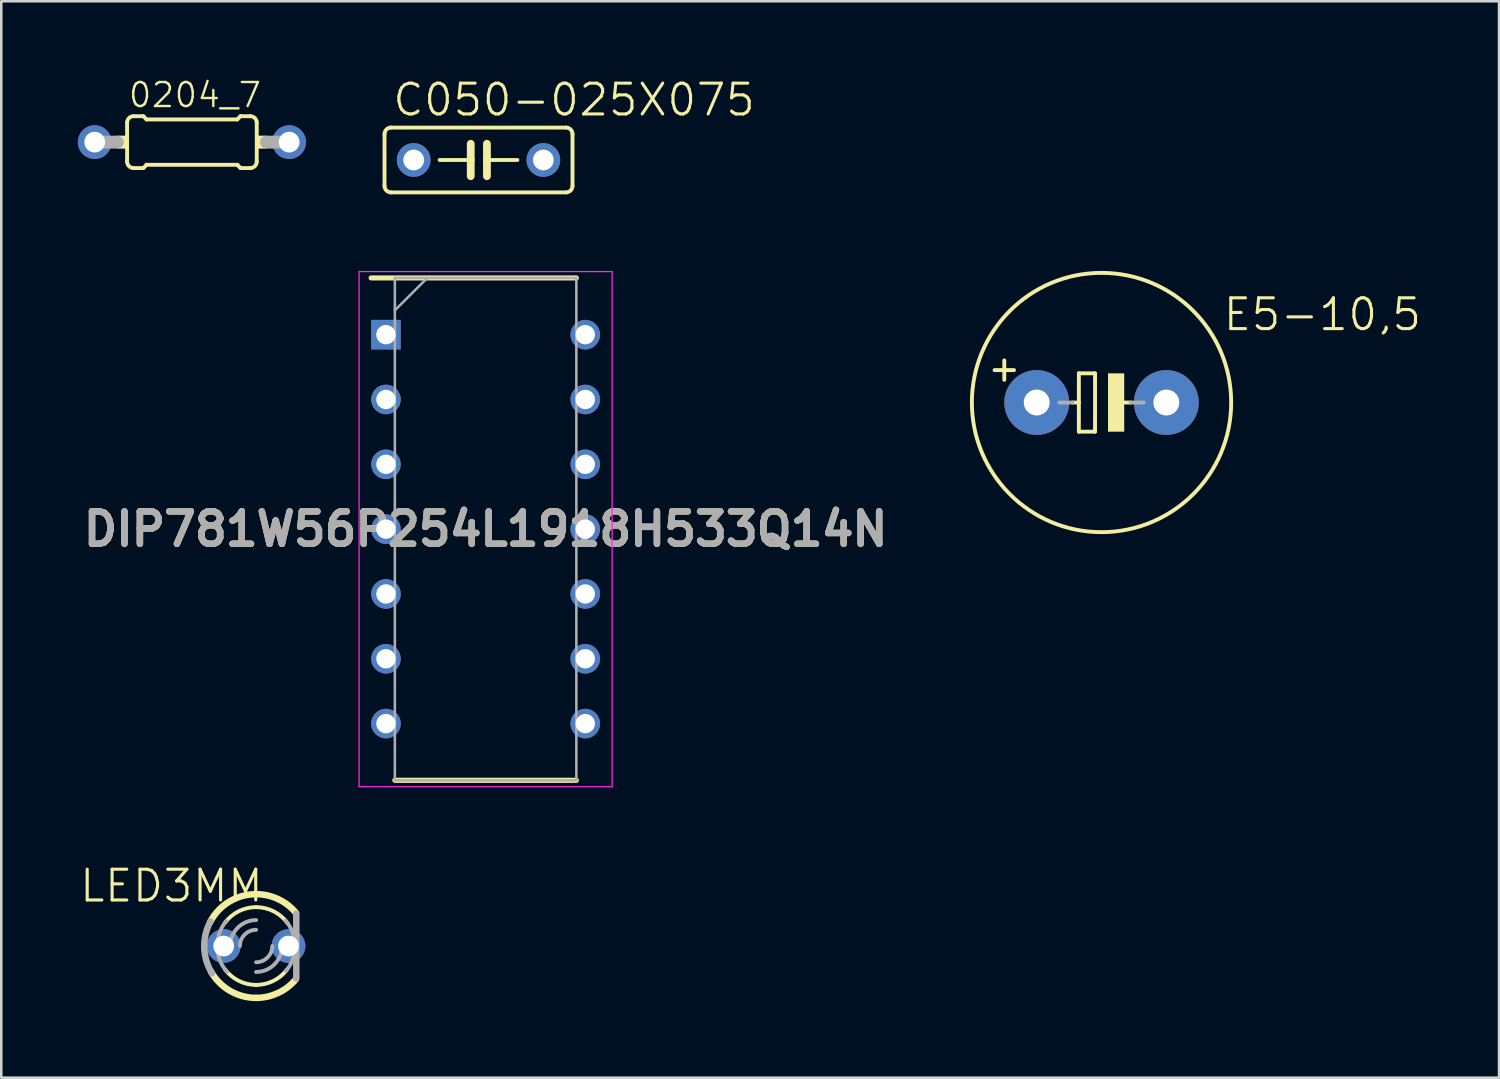
<source format=kicad_pcb>
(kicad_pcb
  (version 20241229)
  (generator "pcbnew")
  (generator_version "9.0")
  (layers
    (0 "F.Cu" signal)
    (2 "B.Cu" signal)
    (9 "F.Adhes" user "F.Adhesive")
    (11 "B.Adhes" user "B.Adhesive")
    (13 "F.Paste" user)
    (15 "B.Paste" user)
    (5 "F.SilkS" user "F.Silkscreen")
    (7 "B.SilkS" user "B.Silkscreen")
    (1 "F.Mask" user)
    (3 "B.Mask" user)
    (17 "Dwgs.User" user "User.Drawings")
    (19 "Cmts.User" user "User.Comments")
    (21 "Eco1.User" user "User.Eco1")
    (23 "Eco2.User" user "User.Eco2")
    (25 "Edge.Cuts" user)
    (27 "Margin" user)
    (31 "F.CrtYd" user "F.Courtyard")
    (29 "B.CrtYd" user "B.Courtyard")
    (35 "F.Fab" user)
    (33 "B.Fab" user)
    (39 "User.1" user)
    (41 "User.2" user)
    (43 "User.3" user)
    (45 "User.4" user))
  (footprint "C050-025X075"
    (layer "F.Cu")
    (at 15.7 3.219)
    (property "Reference" "C050-025X075" (at -3.429 -1.651 0) (layer "F.SilkS") (effects (font (size 1.206 1.206) (thickness 0.121)) (justify left bottom)))
    (attr through_hole)
    (fp_line (start -3.683 -1.016) (end -3.683 1.016) (stroke (width 0.152) (type solid)) (layer "F.SilkS"))
    (fp_line (start -3.429 1.27) (end 3.429 1.27) (stroke (width 0.152) (type solid)) (layer "F.SilkS"))
    (fp_line (start -0.305 -0.635) (end -0.305 0) (stroke (width 0.305) (type solid)) (layer "F.SilkS"))
    (fp_line (start -0.305 0) (end -1.524 0) (stroke (width 0.152) (type solid)) (layer "F.SilkS"))
    (fp_line (start -0.305 0) (end -0.305 0.635) (stroke (width 0.305) (type solid)) (layer "F.SilkS"))
    (fp_line (start 0.33 -0.635) (end 0.33 0) (stroke (width 0.305) (type solid)) (layer "F.SilkS"))
    (fp_line (start 0.33 0) (end 0.33 0.635) (stroke (width 0.305) (type solid)) (layer "F.SilkS"))
    (fp_line (start 0.33 0) (end 1.524 0) (stroke (width 0.152) (type solid)) (layer "F.SilkS"))
    (fp_line (start 3.429 -1.27) (end -3.429 -1.27) (stroke (width 0.152) (type solid)) (layer "F.SilkS"))
    (fp_line (start 3.683 1.016) (end 3.683 -1.016) (stroke (width 0.152) (type solid)) (layer "F.SilkS"))
    (fp_arc (start -3.683 -1.016) (mid -3.608605 -1.195605) (end -3.429 -1.27) (stroke (width 0.1524) (type solid)) (layer "F.SilkS"))
    (fp_arc (start -3.429 1.27) (mid -3.608605 1.195605) (end -3.683 1.016) (stroke (width 0.1524) (type solid)) (layer "F.SilkS"))
    (fp_arc (start 3.429 -1.27) (mid 3.608605 -1.195605) (end 3.683 -1.016) (stroke (width 0.1524) (type solid)) (layer "F.SilkS"))
    (fp_arc (start 3.683 1.016) (mid 3.608605 1.195605) (end 3.429 1.27) (stroke (width 0.1524) (type solid)) (layer "F.SilkS"))
    (pad "1" thru_hole circle (at -2.54 0) (size 1.321 1.321) (drill 0.813) (layers "*.Cu" "*.Mask"))
    (pad "2" thru_hole circle (at 2.54 0) (size 1.321 1.321) (drill 0.813) (layers "*.Cu" "*.Mask")))
  (footprint "LED3MM"
    (layer "F.Cu")
    (at 6.985 34.019)
    (property "Reference" "LED3MM" (at -6.985 -1.651 0) (layer "F.SilkS") (effects (font (size 1.206 1.206) (thickness 0.121)) (justify left bottom)))
    (attr through_hole)
    (fp_arc (start -1.7929 -0.9562) (mid -1.045438 -1.7424) (end 0 -2.032) (stroke (width 0.254) (type solid)) (layer "F.SilkS"))
    (fp_arc (start -1.2192 -0.9144) (mid -0.681554 -1.363107) (end 0 -1.524) (stroke (width 0.1524) (type solid)) (layer "F.SilkS"))
    (fp_arc (start 0 -2.032) (mid 0.861864 -1.840173) (end 1.561 -1.3009) (stroke (width 0.254) (type solid)) (layer "F.SilkS"))
    (fp_arc (start 0 -1.524) (mid 0.697339 -1.355082) (end 1.2401 -0.885801) (stroke (width 0.1524) (type solid)) (layer "F.SilkS"))
    (fp_arc (start 0 1.524) (mid -0.669593 1.369018) (end -1.203 0.9356) (stroke (width 0.1524) (type solid)) (layer "F.SilkS"))
    (fp_arc (start 0 2.032) (mid -1.019924 1.757525) (end -1.7643 1.0082) (stroke (width 0.254) (type solid)) (layer "F.SilkS"))
    (fp_arc (start 1.203 0.9356) (mid 0.669593 1.369018) (end 0 1.524) (stroke (width 0.1524) (type solid)) (layer "F.SilkS"))
    (fp_arc (start 1.5512 1.3126) (mid 0.854953 1.843405) (end 0 2.032) (stroke (width 0.254) (type solid)) (layer "F.SilkS"))
    (fp_line (start 1.575 1.27) (end 1.575 -1.27) (stroke (width 0.254) (type solid)) (layer "F.Fab"))
    (fp_arc (start -2.032 0) (mid -1.970339 -0.496775) (end -1.7891 -0.9634) (stroke (width 0.254) (type solid)) (layer "F.Fab"))
    (fp_arc (start -1.7306 1.065) (mid -1.95521 0.553417) (end -2.032 0) (stroke (width 0.254) (type solid)) (layer "F.Fab"))
    (fp_arc (start -1.524 0) (mid -1.432981 -0.518783) (end -1.1708 -0.9756) (stroke (width 0.1524) (type solid)) (layer "F.Fab"))
    (fp_arc (start -1.1391 1.0125) (mid -1.42454 0.5416) (end -1.524 0) (stroke (width 0.1524) (type solid)) (layer "F.Fab"))
    (fp_arc (start -1.016 0) (mid -0.71842 -0.71842) (end 0 -1.016) (stroke (width 0.1524) (type solid)) (layer "F.Fab"))
    (fp_arc (start -0.635 0) (mid -0.449013 -0.449013) (end 0 -0.635) (stroke (width 0.1524) (type solid)) (layer "F.Fab"))
    (fp_arc (start 0.635 0) (mid 0.449013 0.449013) (end 0 0.635) (stroke (width 0.1524) (type solid)) (layer "F.Fab"))
    (fp_arc (start 1.016 0) (mid 0.71842 0.71842) (end 0 1.016) (stroke (width 0.1524) (type solid)) (layer "F.Fab"))
    (fp_arc (start 1.1571 -0.9918) (mid 1.429332 -0.528744) (end 1.524 0) (stroke (width 0.1524) (type solid)) (layer "F.Fab"))
    (fp_arc (start 1.524 0) (mid 1.432981 0.518783) (end 1.1708 0.9756) (stroke (width 0.1524) (type solid)) (layer "F.Fab"))
    (pad "A" thru_hole circle (at -1.27 0) (size 1.321 1.321) (drill 0.813) (layers "*.Cu" "*.Mask"))
    (pad "K" thru_hole circle (at 1.27 0) (size 1.321 1.321) (drill 0.813) (layers "*.Cu" "*.Mask")))
  (footprint "0204_7"
    (layer "F.Cu")
    (at 4.47 2.519)
    (property "Reference" "0204_7" (at -2.54 -1.295 0) (layer "F.SilkS") (effects (font (size 0.941 0.941) (thickness 0.094)) (justify left bottom)))
    (attr through_hole)
    (fp_line (start -2.54 0.762) (end -2.54 -0.762) (stroke (width 0.152) (type solid)) (layer "F.SilkS"))
    (fp_line (start -2.286 -1.016) (end -1.905 -1.016) (stroke (width 0.152) (type solid)) (layer "F.SilkS"))
    (fp_line (start -2.286 1.016) (end -1.905 1.016) (stroke (width 0.152) (type solid)) (layer "F.SilkS"))
    (fp_line (start -1.778 -0.889) (end -1.905 -1.016) (stroke (width 0.152) (type solid)) (layer "F.SilkS"))
    (fp_line (start -1.778 0.889) (end -1.905 1.016) (stroke (width 0.152) (type solid)) (layer "F.SilkS"))
    (fp_line (start 1.778 -0.889) (end -1.778 -0.889) (stroke (width 0.152) (type solid)) (layer "F.SilkS"))
    (fp_line (start 1.778 -0.889) (end 1.905 -1.016) (stroke (width 0.152) (type solid)) (layer "F.SilkS"))
    (fp_line (start 1.778 0.889) (end -1.778 0.889) (stroke (width 0.152) (type solid)) (layer "F.SilkS"))
    (fp_line (start 1.778 0.889) (end 1.905 1.016) (stroke (width 0.152) (type solid)) (layer "F.SilkS"))
    (fp_line (start 2.286 -1.016) (end 1.905 -1.016) (stroke (width 0.152) (type solid)) (layer "F.SilkS"))
    (fp_line (start 2.286 1.016) (end 1.905 1.016) (stroke (width 0.152) (type solid)) (layer "F.SilkS"))
    (fp_line (start 2.54 0.762) (end 2.54 -0.762) (stroke (width 0.152) (type solid)) (layer "F.SilkS"))
    (fp_arc (start -2.54 -0.762) (mid -2.465605 -0.941605) (end -2.286 -1.016) (stroke (width 0.1524) (type solid)) (layer "F.SilkS"))
    (fp_arc (start -2.286 1.016) (mid -2.465605 0.941605) (end -2.54 0.762) (stroke (width 0.1524) (type solid)) (layer "F.SilkS"))
    (fp_arc (start 2.286 -1.016) (mid 2.465605 -0.941605) (end 2.54 -0.762) (stroke (width 0.1524) (type solid)) (layer "F.SilkS"))
    (fp_arc (start 2.54 0.762) (mid 2.465605 0.941605) (end 2.286 1.016) (stroke (width 0.1524) (type solid)) (layer "F.SilkS"))
    (fp_poly (pts (xy -2.921 0.254) (xy -2.54 0.254) (xy -2.54 -0.254) (xy -2.921 -0.254)) (stroke (width 0) (type solid)) (fill yes) (layer "F.SilkS"))
    (fp_poly (pts (xy 2.54 0.254) (xy 2.921 0.254) (xy 2.921 -0.254) (xy 2.54 -0.254)) (stroke (width 0) (type solid)) (fill yes) (layer "F.SilkS"))
    (fp_line (start -3.81 0) (end -2.921 0) (stroke (width 0.508) (type solid)) (layer "F.Fab"))
    (fp_line (start 3.81 0) (end 2.921 0) (stroke (width 0.508) (type solid)) (layer "F.Fab"))
    (pad "1" thru_hole circle (at -3.81 0) (size 1.321 1.321) (drill 0.813) (layers "*.Cu" "*.Mask"))
    (pad "2" thru_hole circle (at 3.81 0) (size 1.321 1.321) (drill 0.813) (layers "*.Cu" "*.Mask")))
  (footprint "DIP781W56P254L1918H533Q14N"
    (layer "F.Cu")
    (at 15.978 17.683)
    (property "Reference" "DIP781W56P254L1918H533Q14N" (at 0 0 0) (layer "F.SilkS") (effects (font (size 1.27 1.27) (thickness 0.254))))
    (attr through_hole)
    (fp_line (start -4.485 -9.842) (end 3.556 -9.842) (stroke (width 0.2) (type solid)) (layer "F.SilkS"))
    (fp_line (start -3.556 9.842) (end 3.556 9.842) (stroke (width 0.2) (type solid)) (layer "F.SilkS"))
    (fp_line (start -4.957 -10.092) (end 4.957 -10.092) (stroke (width 0.05) (type solid)) (layer "F.CrtYd"))
    (fp_line (start -4.957 10.092) (end -4.957 -10.092) (stroke (width 0.05) (type solid)) (layer "F.CrtYd"))
    (fp_line (start 4.957 -10.092) (end 4.957 10.092) (stroke (width 0.05) (type solid)) (layer "F.CrtYd"))
    (fp_line (start 4.957 10.092) (end -4.957 10.092) (stroke (width 0.05) (type solid)) (layer "F.CrtYd"))
    (fp_line (start -3.556 -9.842) (end 3.556 -9.842) (stroke (width 0.1) (type solid)) (layer "F.Fab"))
    (fp_line (start -3.556 -8.572) (end -2.286 -9.842) (stroke (width 0.1) (type solid)) (layer "F.Fab"))
    (fp_line (start -3.556 9.842) (end -3.556 -9.842) (stroke (width 0.1) (type solid)) (layer "F.Fab"))
    (fp_line (start 3.556 -9.842) (end 3.556 9.842) (stroke (width 0.1) (type solid)) (layer "F.Fab"))
    (fp_line (start 3.556 9.842) (end -3.556 9.842) (stroke (width 0.1) (type solid)) (layer "F.Fab"))
    (fp_text user "${REFERENCE}" (at 0 0 0) (layer "F.Fab") (effects (font (size 1.27 1.27) (thickness 0.254))))
    (pad "1" thru_hole rect (at -3.905 -7.62) (size 1.159 1.159) (drill 0.759) (layers "*.Cu" "*.Mask"))
    (pad "2" thru_hole circle (at -3.905 -5.08) (size 1.159 1.159) (drill 0.759) (layers "*.Cu" "*.Mask"))
    (pad "3" thru_hole circle (at -3.905 -2.54) (size 1.159 1.159) (drill 0.759) (layers "*.Cu" "*.Mask"))
    (pad "4" thru_hole circle (at -3.905 0) (size 1.159 1.159) (drill 0.759) (layers "*.Cu" "*.Mask"))
    (pad "5" thru_hole circle (at -3.905 2.54) (size 1.159 1.159) (drill 0.759) (layers "*.Cu" "*.Mask"))
    (pad "6" thru_hole circle (at -3.905 5.08) (size 1.159 1.159) (drill 0.759) (layers "*.Cu" "*.Mask"))
    (pad "7" thru_hole circle (at -3.905 7.62) (size 1.159 1.159) (drill 0.759) (layers "*.Cu" "*.Mask"))
    (pad "8" thru_hole circle (at 3.905 7.62) (size 1.159 1.159) (drill 0.759) (layers "*.Cu" "*.Mask"))
    (pad "9" thru_hole circle (at 3.905 5.08) (size 1.159 1.159) (drill 0.759) (layers "*.Cu" "*.Mask"))
    (pad "10" thru_hole circle (at 3.905 2.54) (size 1.159 1.159) (drill 0.759) (layers "*.Cu" "*.Mask"))
    (pad "11" thru_hole circle (at 3.905 0) (size 1.159 1.159) (drill 0.759) (layers "*.Cu" "*.Mask"))
    (pad "12" thru_hole circle (at 3.905 -2.54) (size 1.159 1.159) (drill 0.759) (layers "*.Cu" "*.Mask"))
    (pad "13" thru_hole circle (at 3.905 -5.08) (size 1.159 1.159) (drill 0.759) (layers "*.Cu" "*.Mask"))
    (pad "14" thru_hole circle (at 3.905 -7.62) (size 1.159 1.159) (drill 0.759) (layers "*.Cu" "*.Mask")))
  (footprint "E5-10,5"
    (layer "F.Cu")
    (at 40.112 12.722)
    (property "Reference" "E5-10,5" (at 4.699 -2.743 0) (layer "F.SilkS") (effects (font (size 1.206 1.206) (thickness 0.121)) (justify left bottom)))
    (attr through_hole)
    (fp_line (start -3.81 -1.651) (end -3.81 -0.889) (stroke (width 0.152) (type solid)) (layer "F.SilkS"))
    (fp_line (start -3.429 -1.27) (end -4.191 -1.27) (stroke (width 0.152) (type solid)) (layer "F.SilkS"))
    (fp_line (start -1.143 0) (end -0.889 0) (stroke (width 0.152) (type solid)) (layer "F.SilkS"))
    (fp_line (start -0.889 -1.143) (end -0.889 0) (stroke (width 0.152) (type solid)) (layer "F.SilkS"))
    (fp_line (start -0.889 0) (end -0.889 1.143) (stroke (width 0.152) (type solid)) (layer "F.SilkS"))
    (fp_line (start -0.889 1.143) (end -0.254 1.143) (stroke (width 0.152) (type solid)) (layer "F.SilkS"))
    (fp_line (start -0.254 -1.143) (end -0.889 -1.143) (stroke (width 0.152) (type solid)) (layer "F.SilkS"))
    (fp_line (start -0.254 1.143) (end -0.254 -1.143) (stroke (width 0.152) (type solid)) (layer "F.SilkS"))
    (fp_line (start 0.635 0) (end 1.143 0) (stroke (width 0.152) (type solid)) (layer "F.SilkS"))
    (fp_circle (center 0 0) (end 5.08 0) (stroke (width 0.152) (type solid)) (fill no) (layer "F.SilkS"))
    (fp_poly (pts (xy 0.254 1.143) (xy 0.889 1.143) (xy 0.889 -1.143) (xy 0.254 -1.143)) (stroke (width 0) (type solid)) (fill yes) (layer "F.SilkS"))
    (fp_line (start -1.651 0) (end -1.143 0) (stroke (width 0.152) (type solid)) (layer "F.Fab"))
    (fp_line (start 1.143 0) (end 1.651 0) (stroke (width 0.152) (type solid)) (layer "F.Fab"))
    (pad "+" thru_hole circle (at -2.54 0) (size 2.54 2.54) (drill 1.016) (layers "*.Cu" "*.Mask"))
    (pad "-" thru_hole circle (at 2.54 0) (size 2.54 2.54) (drill 1.016) (layers "*.Cu" "*.Mask")))
  (gr_rect
    (start -3 -3)
    (end 55.688 39.178)
    (stroke (width 0.1) (type default))
    (fill no)
    (layer "Edge.Cuts")))
</source>
